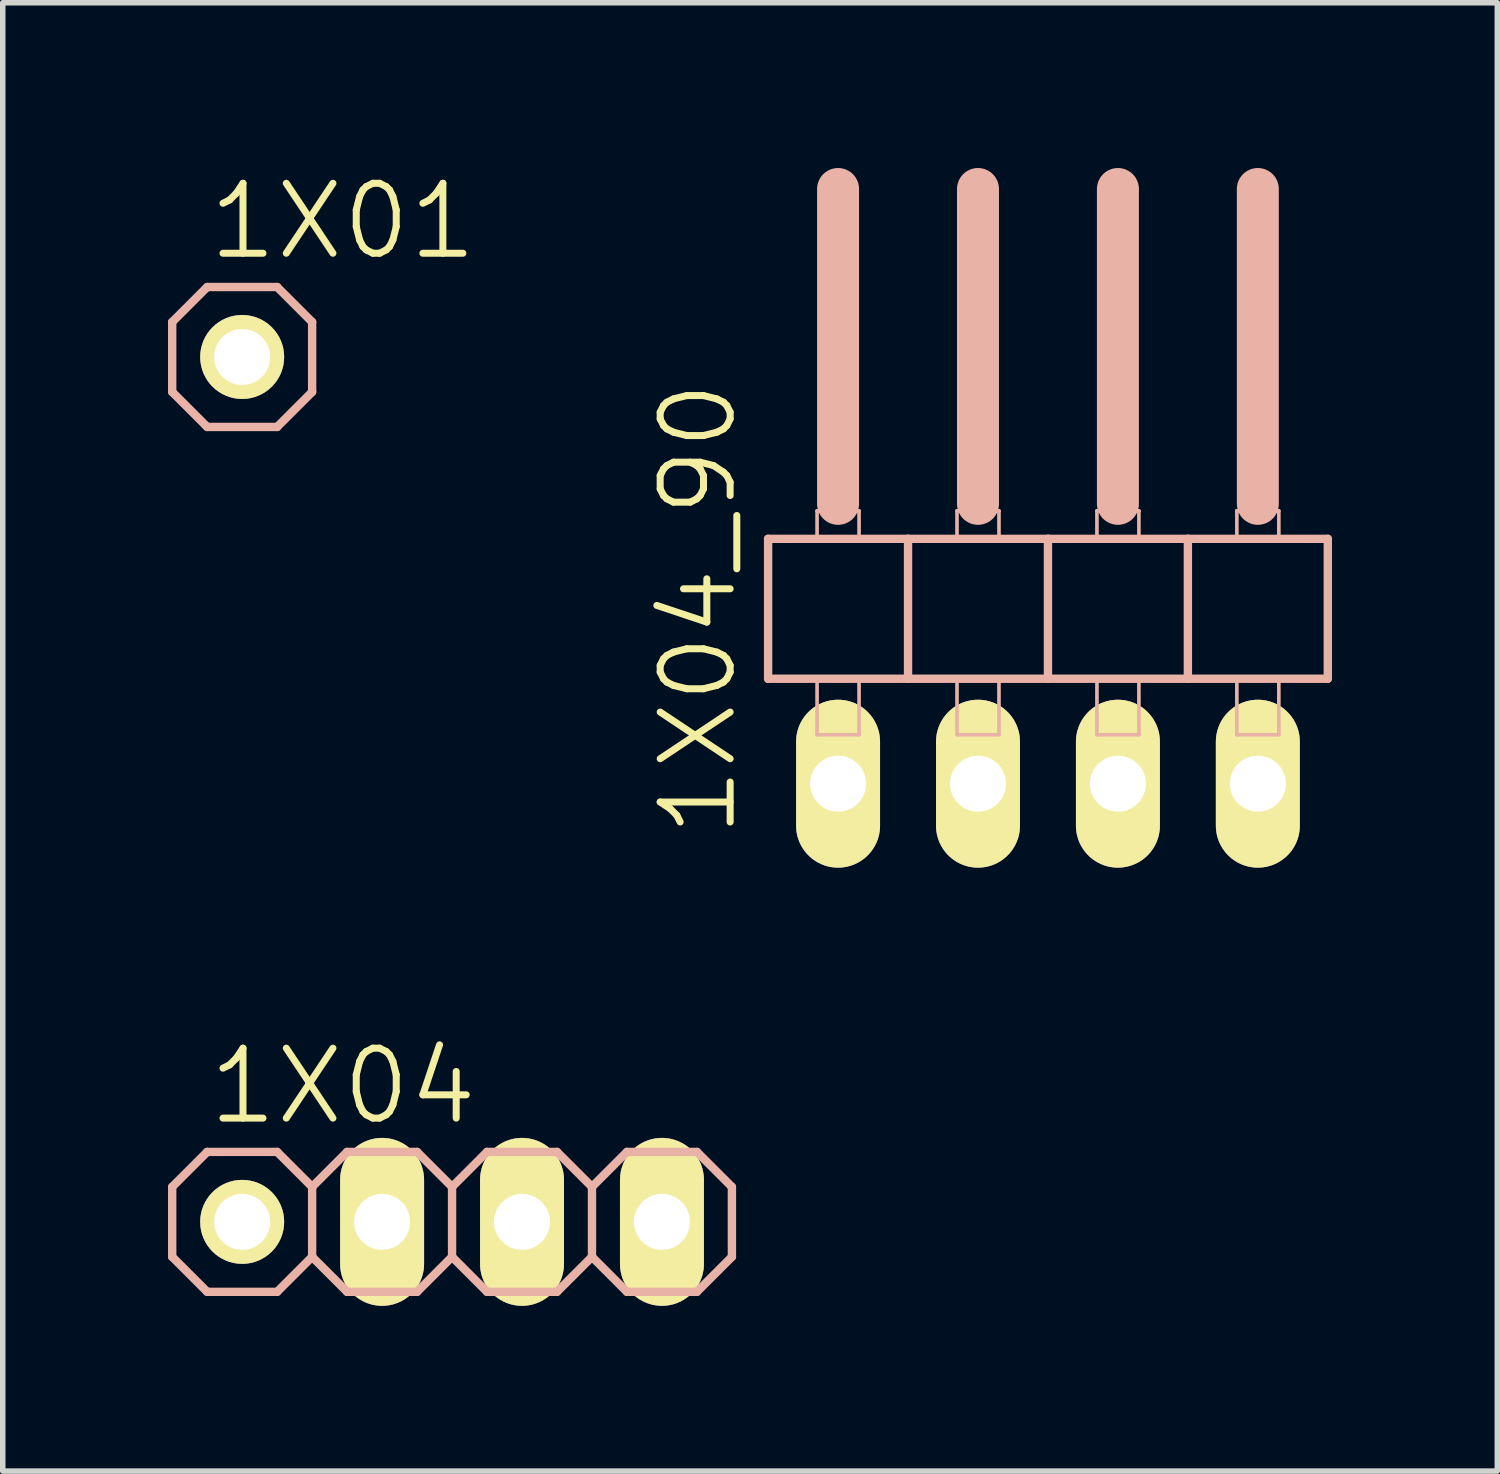
<source format=kicad_pcb>
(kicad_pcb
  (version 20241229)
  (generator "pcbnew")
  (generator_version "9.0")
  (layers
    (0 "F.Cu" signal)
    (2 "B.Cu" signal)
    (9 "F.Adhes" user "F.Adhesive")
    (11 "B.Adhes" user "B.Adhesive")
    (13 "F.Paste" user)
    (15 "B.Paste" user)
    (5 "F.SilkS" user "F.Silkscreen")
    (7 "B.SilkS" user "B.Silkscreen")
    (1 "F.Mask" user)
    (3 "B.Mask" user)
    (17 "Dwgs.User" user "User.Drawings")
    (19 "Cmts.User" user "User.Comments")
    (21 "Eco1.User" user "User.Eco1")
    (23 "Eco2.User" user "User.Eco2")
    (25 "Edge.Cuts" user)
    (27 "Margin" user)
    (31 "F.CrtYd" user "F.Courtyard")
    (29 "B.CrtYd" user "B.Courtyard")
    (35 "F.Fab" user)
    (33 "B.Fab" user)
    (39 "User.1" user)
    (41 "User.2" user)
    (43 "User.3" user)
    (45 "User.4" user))
  (footprint "1X04_90"
    (layer "F.Cu")
    (at 15.973 7.366)
    (property "Reference" "1X04_90" (at -6.35 0.635 90) (layer "F.SilkS") (effects (font (size 1.27 1.27) (thickness 0.127))))
    (attr exclude_from_pos_files exclude_from_bom)
    (fp_line (start -5.08 -0.635) (end -5.08 1.905) (stroke (width 0.152) (type solid)) (layer "B.SilkS"))
    (fp_line (start -5.08 1.905) (end -2.54 1.905) (stroke (width 0.152) (type solid)) (layer "B.SilkS"))
    (fp_line (start -4.191 -1.143) (end -3.429 -1.143) (stroke (width 0.066) (type solid)) (layer "B.SilkS"))
    (fp_line (start -4.191 -0.635) (end -4.191 -1.143) (stroke (width 0.066) (type solid)) (layer "B.SilkS"))
    (fp_line (start -4.191 -0.635) (end -3.429 -0.635) (stroke (width 0.066) (type solid)) (layer "B.SilkS"))
    (fp_line (start -4.191 1.905) (end -3.429 1.905) (stroke (width 0.066) (type solid)) (layer "B.SilkS"))
    (fp_line (start -4.191 2.921) (end -4.191 1.905) (stroke (width 0.066) (type solid)) (layer "B.SilkS"))
    (fp_line (start -4.191 2.921) (end -3.429 2.921) (stroke (width 0.066) (type solid)) (layer "B.SilkS"))
    (fp_line (start -3.81 -6.985) (end -3.81 -1.27) (stroke (width 0.762) (type solid)) (layer "B.SilkS"))
    (fp_line (start -3.429 -0.635) (end -3.429 -1.143) (stroke (width 0.066) (type solid)) (layer "B.SilkS"))
    (fp_line (start -3.429 2.921) (end -3.429 1.905) (stroke (width 0.066) (type solid)) (layer "B.SilkS"))
    (fp_line (start -2.54 -0.635) (end -5.08 -0.635) (stroke (width 0.152) (type solid)) (layer "B.SilkS"))
    (fp_line (start -2.54 1.905) (end -2.54 -0.635) (stroke (width 0.152) (type solid)) (layer "B.SilkS"))
    (fp_line (start -2.54 1.905) (end 0 1.905) (stroke (width 0.152) (type solid)) (layer "B.SilkS"))
    (fp_line (start -1.651 -1.143) (end -0.889 -1.143) (stroke (width 0.066) (type solid)) (layer "B.SilkS"))
    (fp_line (start -1.651 -0.635) (end -1.651 -1.143) (stroke (width 0.066) (type solid)) (layer "B.SilkS"))
    (fp_line (start -1.651 -0.635) (end -0.889 -0.635) (stroke (width 0.066) (type solid)) (layer "B.SilkS"))
    (fp_line (start -1.651 1.905) (end -0.889 1.905) (stroke (width 0.066) (type solid)) (layer "B.SilkS"))
    (fp_line (start -1.651 2.921) (end -1.651 1.905) (stroke (width 0.066) (type solid)) (layer "B.SilkS"))
    (fp_line (start -1.651 2.921) (end -0.889 2.921) (stroke (width 0.066) (type solid)) (layer "B.SilkS"))
    (fp_line (start -1.27 -6.985) (end -1.27 -1.27) (stroke (width 0.762) (type solid)) (layer "B.SilkS"))
    (fp_line (start -0.889 -0.635) (end -0.889 -1.143) (stroke (width 0.066) (type solid)) (layer "B.SilkS"))
    (fp_line (start -0.889 2.921) (end -0.889 1.905) (stroke (width 0.066) (type solid)) (layer "B.SilkS"))
    (fp_line (start 0 -0.635) (end -2.54 -0.635) (stroke (width 0.152) (type solid)) (layer "B.SilkS"))
    (fp_line (start 0 1.905) (end 0 -0.635) (stroke (width 0.152) (type solid)) (layer "B.SilkS"))
    (fp_line (start 0 1.905) (end 2.54 1.905) (stroke (width 0.152) (type solid)) (layer "B.SilkS"))
    (fp_line (start 0.889 -1.143) (end 1.651 -1.143) (stroke (width 0.066) (type solid)) (layer "B.SilkS"))
    (fp_line (start 0.889 -0.635) (end 0.889 -1.143) (stroke (width 0.066) (type solid)) (layer "B.SilkS"))
    (fp_line (start 0.889 -0.635) (end 1.651 -0.635) (stroke (width 0.066) (type solid)) (layer "B.SilkS"))
    (fp_line (start 0.889 1.905) (end 1.651 1.905) (stroke (width 0.066) (type solid)) (layer "B.SilkS"))
    (fp_line (start 0.889 2.921) (end 0.889 1.905) (stroke (width 0.066) (type solid)) (layer "B.SilkS"))
    (fp_line (start 0.889 2.921) (end 1.651 2.921) (stroke (width 0.066) (type solid)) (layer "B.SilkS"))
    (fp_line (start 1.27 -6.985) (end 1.27 -1.27) (stroke (width 0.762) (type solid)) (layer "B.SilkS"))
    (fp_line (start 1.651 -0.635) (end 1.651 -1.143) (stroke (width 0.066) (type solid)) (layer "B.SilkS"))
    (fp_line (start 1.651 2.921) (end 1.651 1.905) (stroke (width 0.066) (type solid)) (layer "B.SilkS"))
    (fp_line (start 2.54 -0.635) (end 0 -0.635) (stroke (width 0.152) (type solid)) (layer "B.SilkS"))
    (fp_line (start 2.54 1.905) (end 2.54 -0.635) (stroke (width 0.152) (type solid)) (layer "B.SilkS"))
    (fp_line (start 2.54 1.905) (end 5.08 1.905) (stroke (width 0.152) (type solid)) (layer "B.SilkS"))
    (fp_line (start 3.429 -1.143) (end 4.191 -1.143) (stroke (width 0.066) (type solid)) (layer "B.SilkS"))
    (fp_line (start 3.429 -0.635) (end 3.429 -1.143) (stroke (width 0.066) (type solid)) (layer "B.SilkS"))
    (fp_line (start 3.429 -0.635) (end 4.191 -0.635) (stroke (width 0.066) (type solid)) (layer "B.SilkS"))
    (fp_line (start 3.429 1.905) (end 4.191 1.905) (stroke (width 0.066) (type solid)) (layer "B.SilkS"))
    (fp_line (start 3.429 2.921) (end 3.429 1.905) (stroke (width 0.066) (type solid)) (layer "B.SilkS"))
    (fp_line (start 3.429 2.921) (end 4.191 2.921) (stroke (width 0.066) (type solid)) (layer "B.SilkS"))
    (fp_line (start 3.81 -6.985) (end 3.81 -1.27) (stroke (width 0.762) (type solid)) (layer "B.SilkS"))
    (fp_line (start 4.191 -0.635) (end 4.191 -1.143) (stroke (width 0.066) (type solid)) (layer "B.SilkS"))
    (fp_line (start 4.191 2.921) (end 4.191 1.905) (stroke (width 0.066) (type solid)) (layer "B.SilkS"))
    (fp_line (start 5.08 -0.635) (end 2.54 -0.635) (stroke (width 0.152) (type solid)) (layer "B.SilkS"))
    (fp_line (start 5.08 1.905) (end 5.08 -0.635) (stroke (width 0.152) (type solid)) (layer "B.SilkS"))
    (pad "1" thru_hole oval (at -3.81 3.81 180) (size 1.524 3.048) (drill 1.016) (layers "*.Cu" "F.Mask" "F.SilkS" "F.Paste"))
    (pad "2" thru_hole oval (at -1.27 3.81 180) (size 1.524 3.048) (drill 1.016) (layers "*.Cu" "F.Mask" "F.SilkS" "F.Paste"))
    (pad "3" thru_hole oval (at 1.27 3.81 180) (size 1.524 3.048) (drill 1.016) (layers "*.Cu" "F.Mask" "F.SilkS" "F.Paste"))
    (pad "4" thru_hole oval (at 3.81 3.81 180) (size 1.524 3.048) (drill 1.016) (layers "*.Cu" "F.Mask" "F.SilkS" "F.Paste")))
  (footprint "1X04"
    (layer "F.Cu")
    (at 5.156 19.13)
    (property "Reference" "1X04" (at -1.981 -2.464 0) (layer "F.SilkS") (effects (font (size 1.27 1.27) (thickness 0.127))))
    (attr exclude_from_pos_files exclude_from_bom)
    (fp_line (start -4.064 -0.254) (end -3.556 -0.254) (stroke (width 0.066) (type solid)) (layer "F.SilkS"))
    (fp_line (start -4.064 0.254) (end -4.064 -0.254) (stroke (width 0.066) (type solid)) (layer "F.SilkS"))
    (fp_line (start -4.064 0.254) (end -3.556 0.254) (stroke (width 0.066) (type solid)) (layer "F.SilkS"))
    (fp_line (start -3.556 0.254) (end -3.556 -0.254) (stroke (width 0.066) (type solid)) (layer "F.SilkS"))
    (fp_line (start -1.524 -0.254) (end -1.016 -0.254) (stroke (width 0.066) (type solid)) (layer "F.SilkS"))
    (fp_line (start -1.524 0.254) (end -1.524 -0.254) (stroke (width 0.066) (type solid)) (layer "F.SilkS"))
    (fp_line (start -1.524 0.254) (end -1.016 0.254) (stroke (width 0.066) (type solid)) (layer "F.SilkS"))
    (fp_line (start -1.016 0.254) (end -1.016 -0.254) (stroke (width 0.066) (type solid)) (layer "F.SilkS"))
    (fp_line (start 1.016 -0.254) (end 1.524 -0.254) (stroke (width 0.066) (type solid)) (layer "F.SilkS"))
    (fp_line (start 1.016 0.254) (end 1.016 -0.254) (stroke (width 0.066) (type solid)) (layer "F.SilkS"))
    (fp_line (start 1.016 0.254) (end 1.524 0.254) (stroke (width 0.066) (type solid)) (layer "F.SilkS"))
    (fp_line (start 1.524 0.254) (end 1.524 -0.254) (stroke (width 0.066) (type solid)) (layer "F.SilkS"))
    (fp_line (start 3.556 -0.254) (end 4.064 -0.254) (stroke (width 0.066) (type solid)) (layer "F.SilkS"))
    (fp_line (start 3.556 0.254) (end 3.556 -0.254) (stroke (width 0.066) (type solid)) (layer "F.SilkS"))
    (fp_line (start 3.556 0.254) (end 4.064 0.254) (stroke (width 0.066) (type solid)) (layer "F.SilkS"))
    (fp_line (start 4.064 0.254) (end 4.064 -0.254) (stroke (width 0.066) (type solid)) (layer "F.SilkS"))
    (fp_line (start -5.08 -0.635) (end -5.08 0.635) (stroke (width 0.152) (type solid)) (layer "B.SilkS"))
    (fp_line (start -5.08 0.635) (end -4.445 1.27) (stroke (width 0.152) (type solid)) (layer "B.SilkS"))
    (fp_line (start -4.445 -1.27) (end -5.08 -0.635) (stroke (width 0.152) (type solid)) (layer "B.SilkS"))
    (fp_line (start -4.445 -1.27) (end -3.175 -1.27) (stroke (width 0.152) (type solid)) (layer "B.SilkS"))
    (fp_line (start -3.175 -1.27) (end -2.54 -0.635) (stroke (width 0.152) (type solid)) (layer "B.SilkS"))
    (fp_line (start -3.175 1.27) (end -4.445 1.27) (stroke (width 0.152) (type solid)) (layer "B.SilkS"))
    (fp_line (start -2.54 -0.635) (end -2.54 0.635) (stroke (width 0.152) (type solid)) (layer "B.SilkS"))
    (fp_line (start -2.54 -0.635) (end -1.905 -1.27) (stroke (width 0.152) (type solid)) (layer "B.SilkS"))
    (fp_line (start -2.54 0.635) (end -3.175 1.27) (stroke (width 0.152) (type solid)) (layer "B.SilkS"))
    (fp_line (start -1.905 -1.27) (end -0.635 -1.27) (stroke (width 0.152) (type solid)) (layer "B.SilkS"))
    (fp_line (start -1.905 1.27) (end -2.54 0.635) (stroke (width 0.152) (type solid)) (layer "B.SilkS"))
    (fp_line (start -0.635 -1.27) (end 0 -0.635) (stroke (width 0.152) (type solid)) (layer "B.SilkS"))
    (fp_line (start -0.635 1.27) (end -1.905 1.27) (stroke (width 0.152) (type solid)) (layer "B.SilkS"))
    (fp_line (start 0 -0.635) (end 0 0.635) (stroke (width 0.152) (type solid)) (layer "B.SilkS"))
    (fp_line (start 0 -0.635) (end 0.635 -1.27) (stroke (width 0.152) (type solid)) (layer "B.SilkS"))
    (fp_line (start 0 0.635) (end -0.635 1.27) (stroke (width 0.152) (type solid)) (layer "B.SilkS"))
    (fp_line (start 0.635 -1.27) (end 1.905 -1.27) (stroke (width 0.152) (type solid)) (layer "B.SilkS"))
    (fp_line (start 0.635 1.27) (end 0 0.635) (stroke (width 0.152) (type solid)) (layer "B.SilkS"))
    (fp_line (start 1.905 -1.27) (end 2.54 -0.635) (stroke (width 0.152) (type solid)) (layer "B.SilkS"))
    (fp_line (start 1.905 1.27) (end 0.635 1.27) (stroke (width 0.152) (type solid)) (layer "B.SilkS"))
    (fp_line (start 2.54 -0.635) (end 2.54 0.635) (stroke (width 0.152) (type solid)) (layer "B.SilkS"))
    (fp_line (start 2.54 0.635) (end 1.905 1.27) (stroke (width 0.152) (type solid)) (layer "B.SilkS"))
    (fp_line (start 2.54 0.635) (end 3.175 1.27) (stroke (width 0.152) (type solid)) (layer "B.SilkS"))
    (fp_line (start 3.175 -1.27) (end 2.54 -0.635) (stroke (width 0.152) (type solid)) (layer "B.SilkS"))
    (fp_line (start 3.175 -1.27) (end 4.445 -1.27) (stroke (width 0.152) (type solid)) (layer "B.SilkS"))
    (fp_line (start 4.445 -1.27) (end 5.08 -0.635) (stroke (width 0.152) (type solid)) (layer "B.SilkS"))
    (fp_line (start 4.445 1.27) (end 3.175 1.27) (stroke (width 0.152) (type solid)) (layer "B.SilkS"))
    (fp_line (start 5.08 -0.635) (end 5.08 0.635) (stroke (width 0.152) (type solid)) (layer "B.SilkS"))
    (fp_line (start 5.08 0.635) (end 4.445 1.27) (stroke (width 0.152) (type solid)) (layer "B.SilkS"))
    (pad "1" thru_hole circle (at -3.81 0) (size 1.524 1.524) (drill 1.016) (layers "*.Cu" "F.Mask" "F.SilkS" "F.Paste"))
    (pad "2" thru_hole oval (at -1.27 0 180) (size 1.524 3.048) (drill 1.016) (layers "*.Cu" "F.Mask" "F.SilkS" "F.Paste"))
    (pad "3" thru_hole oval (at 1.27 0 180) (size 1.524 3.048) (drill 1.016) (layers "*.Cu" "F.Mask" "F.SilkS" "F.Paste"))
    (pad "4" thru_hole oval (at 3.81 0 180) (size 1.524 3.048) (drill 1.016) (layers "*.Cu" "F.Mask" "F.SilkS" "F.Paste")))
  (footprint "1X01"
    (layer "F.Cu")
    (at 1.346 3.43)
    (property "Reference" "1X01" (at 1.829 -2.464 0) (layer "F.SilkS") (effects (font (size 1.27 1.27) (thickness 0.127))))
    (attr exclude_from_pos_files exclude_from_bom)
    (fp_line (start -0.254 -0.254) (end 0.254 -0.254) (stroke (width 0.066) (type solid)) (layer "F.SilkS"))
    (fp_line (start -0.254 0.254) (end -0.254 -0.254) (stroke (width 0.066) (type solid)) (layer "F.SilkS"))
    (fp_line (start -0.254 0.254) (end 0.254 0.254) (stroke (width 0.066) (type solid)) (layer "F.SilkS"))
    (fp_line (start 0.254 0.254) (end 0.254 -0.254) (stroke (width 0.066) (type solid)) (layer "F.SilkS"))
    (fp_line (start -1.27 -0.635) (end -1.27 0.635) (stroke (width 0.152) (type solid)) (layer "B.SilkS"))
    (fp_line (start -1.27 0.635) (end -0.635 1.27) (stroke (width 0.152) (type solid)) (layer "B.SilkS"))
    (fp_line (start -0.635 -1.27) (end -1.27 -0.635) (stroke (width 0.152) (type solid)) (layer "B.SilkS"))
    (fp_line (start -0.635 -1.27) (end 0.635 -1.27) (stroke (width 0.152) (type solid)) (layer "B.SilkS"))
    (fp_line (start 0.635 -1.27) (end 1.27 -0.635) (stroke (width 0.152) (type solid)) (layer "B.SilkS"))
    (fp_line (start 0.635 1.27) (end -0.635 1.27) (stroke (width 0.152) (type solid)) (layer "B.SilkS"))
    (fp_line (start 1.27 -0.635) (end 1.27 0.635) (stroke (width 0.152) (type solid)) (layer "B.SilkS"))
    (fp_line (start 1.27 0.635) (end 0.635 1.27) (stroke (width 0.152) (type solid)) (layer "B.SilkS"))
    (pad "1" thru_hole circle (at 0 0) (size 1.524 1.524) (drill 1.016) (layers "*.Cu" "F.Mask" "F.SilkS" "F.Paste")))
  (gr_rect
    (start -3 -3)
    (end 24.13 23.654)
    (stroke (width 0.1) (type default))
    (fill no)
    (layer "Edge.Cuts")))
</source>
